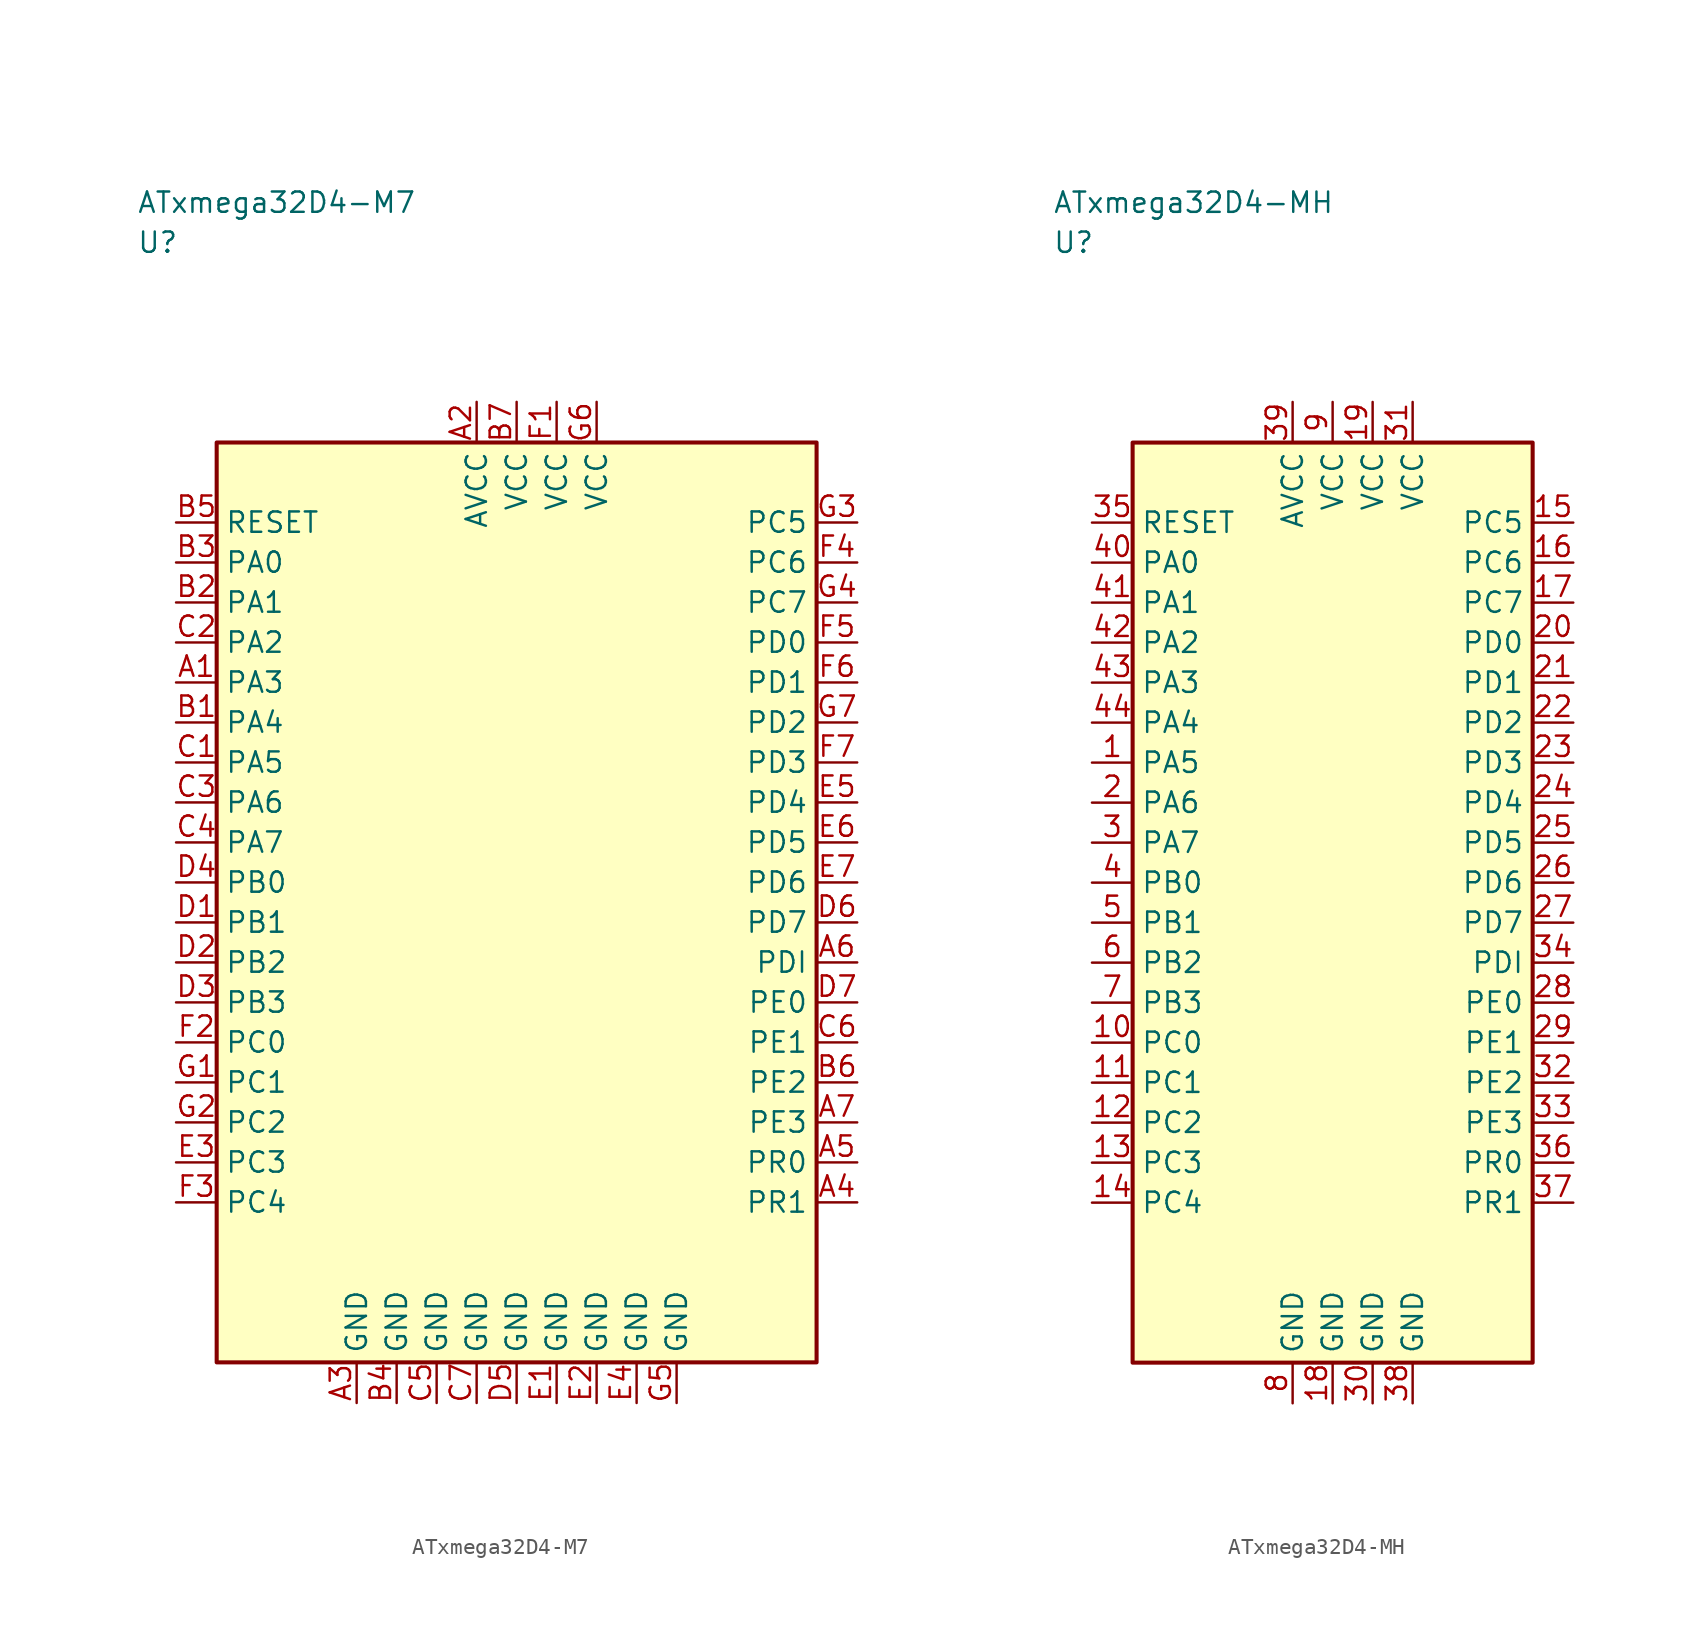
<source format=kicad_sym>
(kicad_symbol_lib
  (version 20241025)
  (generator "kicad_symbol_editor")
  (generator_version "8.0")
  (symbol "ATxmega32D4-M7"
    (property "Reference" "U"
      (at -23.75 41.25 0)
      (effects (font (size 1.27 1.27)) (justify left)))
    (property "Value" "ATxmega32D4-M7"
      (at -23.75 43.75 0)
      (effects (font (size 1.27 1.27)) (justify left)))
    (symbol "ATxmega32D4-M7_0_1"
      (rectangle (start -18.75 28.75) (end 18.75 -28.75) (stroke (width 0.254) (type default)) (fill (type background))))
    (symbol "ATxmega32D4-M7_1_1"
      (pin bidirectional line (at -21.29 13.75 0.0) (length 2.54) (name "PA3" (effects (font (size 1.27 1.27)))) (number "A1" (effects (font (size 1.27 1.27)))))
      (pin power_in line (at -2.5 31.29 270.0) (length 2.54) (name "AVCC" (effects (font (size 1.27 1.27)))) (number "A2" (effects (font (size 1.27 1.27)))))
      (pin passive line (at -10.0 -31.29 90.0) (length 2.54) (name "GND" (effects (font (size 1.27 1.27)))) (number "A3" (effects (font (size 1.27 1.27)))))
      (pin bidirectional line (at 21.29 -18.75 180.0) (length 2.54) (name "PR1" (effects (font (size 1.27 1.27)))) (number "A4" (effects (font (size 1.27 1.27)))))
      (pin bidirectional line (at 21.29 -16.25 180.0) (length 2.54) (name "PR0" (effects (font (size 1.27 1.27)))) (number "A5" (effects (font (size 1.27 1.27)))))
      (pin bidirectional line (at 21.29 -3.75 180.0) (length 2.54) (name "PDI" (effects (font (size 1.27 1.27)))) (number "A6" (effects (font (size 1.27 1.27)))))
      (pin bidirectional line (at 21.29 -13.75 180.0) (length 2.54) (name "PE3" (effects (font (size 1.27 1.27)))) (number "A7" (effects (font (size 1.27 1.27)))))
      (pin bidirectional line (at -21.29 11.25 0.0) (length 2.54) (name "PA4" (effects (font (size 1.27 1.27)))) (number "B1" (effects (font (size 1.27 1.27)))))
      (pin bidirectional line (at -21.29 18.75 0.0) (length 2.54) (name "PA1" (effects (font (size 1.27 1.27)))) (number "B2" (effects (font (size 1.27 1.27)))))
      (pin bidirectional line (at -21.29 21.25 0.0) (length 2.54) (name "PA0" (effects (font (size 1.27 1.27)))) (number "B3" (effects (font (size 1.27 1.27)))))
      (pin passive line (at -7.5 -31.29 90.0) (length 2.54) (name "GND" (effects (font (size 1.27 1.27)))) (number "B4" (effects (font (size 1.27 1.27)))))
      (pin input line (at -21.29 23.75 0.0) (length 2.54) (name "RESET" (effects (font (size 1.27 1.27)))) (number "B5" (effects (font (size 1.27 1.27)))))
      (pin bidirectional line (at 21.29 -11.25 180.0) (length 2.54) (name "PE2" (effects (font (size 1.27 1.27)))) (number "B6" (effects (font (size 1.27 1.27)))))
      (pin power_in line (at 0.0 31.29 270.0) (length 2.54) (name "VCC" (effects (font (size 1.27 1.27)))) (number "B7" (effects (font (size 1.27 1.27)))))
      (pin bidirectional line (at -21.29 8.75 0.0) (length 2.54) (name "PA5" (effects (font (size 1.27 1.27)))) (number "C1" (effects (font (size 1.27 1.27)))))
      (pin bidirectional line (at -21.29 16.25 0.0) (length 2.54) (name "PA2" (effects (font (size 1.27 1.27)))) (number "C2" (effects (font (size 1.27 1.27)))))
      (pin bidirectional line (at -21.29 6.25 0.0) (length 2.54) (name "PA6" (effects (font (size 1.27 1.27)))) (number "C3" (effects (font (size 1.27 1.27)))))
      (pin bidirectional line (at -21.29 3.75 0.0) (length 2.54) (name "PA7" (effects (font (size 1.27 1.27)))) (number "C4" (effects (font (size 1.27 1.27)))))
      (pin passive line (at -5.0 -31.29 90.0) (length 2.54) (name "GND" (effects (font (size 1.27 1.27)))) (number "C5" (effects (font (size 1.27 1.27)))))
      (pin bidirectional line (at 21.29 -8.75 180.0) (length 2.54) (name "PE1" (effects (font (size 1.27 1.27)))) (number "C6" (effects (font (size 1.27 1.27)))))
      (pin passive line (at -2.5 -31.29 90.0) (length 2.54) (name "GND" (effects (font (size 1.27 1.27)))) (number "C7" (effects (font (size 1.27 1.27)))))
      (pin bidirectional line (at -21.29 -1.25 0.0) (length 2.54) (name "PB1" (effects (font (size 1.27 1.27)))) (number "D1" (effects (font (size 1.27 1.27)))))
      (pin bidirectional line (at -21.29 -3.75 0.0) (length 2.54) (name "PB2" (effects (font (size 1.27 1.27)))) (number "D2" (effects (font (size 1.27 1.27)))))
      (pin bidirectional line (at -21.29 -6.25 0.0) (length 2.54) (name "PB3" (effects (font (size 1.27 1.27)))) (number "D3" (effects (font (size 1.27 1.27)))))
      (pin bidirectional line (at -21.29 1.25 0.0) (length 2.54) (name "PB0" (effects (font (size 1.27 1.27)))) (number "D4" (effects (font (size 1.27 1.27)))))
      (pin passive line (at 0.0 -31.29 90.0) (length 2.54) (name "GND" (effects (font (size 1.27 1.27)))) (number "D5" (effects (font (size 1.27 1.27)))))
      (pin bidirectional line (at 21.29 -1.25 180.0) (length 2.54) (name "PD7" (effects (font (size 1.27 1.27)))) (number "D6" (effects (font (size 1.27 1.27)))))
      (pin bidirectional line (at 21.29 -6.25 180.0) (length 2.54) (name "PE0" (effects (font (size 1.27 1.27)))) (number "D7" (effects (font (size 1.27 1.27)))))
      (pin passive line (at 2.5 -31.29 90.0) (length 2.54) (name "GND" (effects (font (size 1.27 1.27)))) (number "E1" (effects (font (size 1.27 1.27)))))
      (pin passive line (at 5.0 -31.29 90.0) (length 2.54) (name "GND" (effects (font (size 1.27 1.27)))) (number "E2" (effects (font (size 1.27 1.27)))))
      (pin bidirectional line (at -21.29 -16.25 0.0) (length 2.54) (name "PC3" (effects (font (size 1.27 1.27)))) (number "E3" (effects (font (size 1.27 1.27)))))
      (pin passive line (at 7.5 -31.29 90.0) (length 2.54) (name "GND" (effects (font (size 1.27 1.27)))) (number "E4" (effects (font (size 1.27 1.27)))))
      (pin bidirectional line (at 21.29 6.25 180.0) (length 2.54) (name "PD4" (effects (font (size 1.27 1.27)))) (number "E5" (effects (font (size 1.27 1.27)))))
      (pin bidirectional line (at 21.29 3.75 180.0) (length 2.54) (name "PD5" (effects (font (size 1.27 1.27)))) (number "E6" (effects (font (size 1.27 1.27)))))
      (pin bidirectional line (at 21.29 1.25 180.0) (length 2.54) (name "PD6" (effects (font (size 1.27 1.27)))) (number "E7" (effects (font (size 1.27 1.27)))))
      (pin power_in line (at 2.5 31.29 270.0) (length 2.54) (name "VCC" (effects (font (size 1.27 1.27)))) (number "F1" (effects (font (size 1.27 1.27)))))
      (pin bidirectional line (at -21.29 -8.75 0.0) (length 2.54) (name "PC0" (effects (font (size 1.27 1.27)))) (number "F2" (effects (font (size 1.27 1.27)))))
      (pin bidirectional line (at -21.29 -18.75 0.0) (length 2.54) (name "PC4" (effects (font (size 1.27 1.27)))) (number "F3" (effects (font (size 1.27 1.27)))))
      (pin bidirectional line (at 21.29 21.25 180.0) (length 2.54) (name "PC6" (effects (font (size 1.27 1.27)))) (number "F4" (effects (font (size 1.27 1.27)))))
      (pin bidirectional line (at 21.29 16.25 180.0) (length 2.54) (name "PD0" (effects (font (size 1.27 1.27)))) (number "F5" (effects (font (size 1.27 1.27)))))
      (pin bidirectional line (at 21.29 13.75 180.0) (length 2.54) (name "PD1" (effects (font (size 1.27 1.27)))) (number "F6" (effects (font (size 1.27 1.27)))))
      (pin bidirectional line (at 21.29 8.75 180.0) (length 2.54) (name "PD3" (effects (font (size 1.27 1.27)))) (number "F7" (effects (font (size 1.27 1.27)))))
      (pin bidirectional line (at -21.29 -11.25 0.0) (length 2.54) (name "PC1" (effects (font (size 1.27 1.27)))) (number "G1" (effects (font (size 1.27 1.27)))))
      (pin bidirectional line (at -21.29 -13.75 0.0) (length 2.54) (name "PC2" (effects (font (size 1.27 1.27)))) (number "G2" (effects (font (size 1.27 1.27)))))
      (pin bidirectional line (at 21.29 23.75 180.0) (length 2.54) (name "PC5" (effects (font (size 1.27 1.27)))) (number "G3" (effects (font (size 1.27 1.27)))))
      (pin bidirectional line (at 21.29 18.75 180.0) (length 2.54) (name "PC7" (effects (font (size 1.27 1.27)))) (number "G4" (effects (font (size 1.27 1.27)))))
      (pin passive line (at 10.0 -31.29 90.0) (length 2.54) (name "GND" (effects (font (size 1.27 1.27)))) (number "G5" (effects (font (size 1.27 1.27)))))
      (pin power_in line (at 5.0 31.29 270.0) (length 2.54) (name "VCC" (effects (font (size 1.27 1.27)))) (number "G6" (effects (font (size 1.27 1.27)))))
      (pin bidirectional line (at 21.29 11.25 180.0) (length 2.54) (name "PD2" (effects (font (size 1.27 1.27)))) (number "G7" (effects (font (size 1.27 1.27)))))))
  (symbol "ATxmega32D4-MH"
    (property "Reference" "U"
      (at -17.5 41.25 0)
      (effects (font (size 1.27 1.27)) (justify left)))
    (property "Value" "ATxmega32D4-MH"
      (at -17.5 43.75 0)
      (effects (font (size 1.27 1.27)) (justify left)))
    (symbol "ATxmega32D4-MH_0_1"
      (rectangle (start -12.5 28.75) (end 12.5 -28.75) (stroke (width 0.254) (type default)) (fill (type background))))
    (symbol "ATxmega32D4-MH_1_1"
      (pin bidirectional line (at -15.04 8.75 0.0) (length 2.54) (name "PA5" (effects (font (size 1.27 1.27)))) (number "1" (effects (font (size 1.27 1.27)))))
      (pin bidirectional line (at -15.04 6.25 0.0) (length 2.54) (name "PA6" (effects (font (size 1.27 1.27)))) (number "2" (effects (font (size 1.27 1.27)))))
      (pin bidirectional line (at -15.04 3.75 0.0) (length 2.54) (name "PA7" (effects (font (size 1.27 1.27)))) (number "3" (effects (font (size 1.27 1.27)))))
      (pin bidirectional line (at -15.04 1.25 0.0) (length 2.54) (name "PB0" (effects (font (size 1.27 1.27)))) (number "4" (effects (font (size 1.27 1.27)))))
      (pin bidirectional line (at -15.04 -1.25 0.0) (length 2.54) (name "PB1" (effects (font (size 1.27 1.27)))) (number "5" (effects (font (size 1.27 1.27)))))
      (pin bidirectional line (at -15.04 -3.75 0.0) (length 2.54) (name "PB2" (effects (font (size 1.27 1.27)))) (number "6" (effects (font (size 1.27 1.27)))))
      (pin bidirectional line (at -15.04 -6.25 0.0) (length 2.54) (name "PB3" (effects (font (size 1.27 1.27)))) (number "7" (effects (font (size 1.27 1.27)))))
      (pin passive line (at -2.5 -31.29 90.0) (length 2.54) (name "GND" (effects (font (size 1.27 1.27)))) (number "8" (effects (font (size 1.27 1.27)))))
      (pin power_in line (at 0.0 31.29 270.0) (length 2.54) (name "VCC" (effects (font (size 1.27 1.27)))) (number "9" (effects (font (size 1.27 1.27)))))
      (pin bidirectional line (at -15.04 -8.75 0.0) (length 2.54) (name "PC0" (effects (font (size 1.27 1.27)))) (number "10" (effects (font (size 1.27 1.27)))))
      (pin bidirectional line (at -15.04 -11.25 0.0) (length 2.54) (name "PC1" (effects (font (size 1.27 1.27)))) (number "11" (effects (font (size 1.27 1.27)))))
      (pin bidirectional line (at -15.04 -13.75 0.0) (length 2.54) (name "PC2" (effects (font (size 1.27 1.27)))) (number "12" (effects (font (size 1.27 1.27)))))
      (pin bidirectional line (at -15.04 -16.25 0.0) (length 2.54) (name "PC3" (effects (font (size 1.27 1.27)))) (number "13" (effects (font (size 1.27 1.27)))))
      (pin bidirectional line (at -15.04 -18.75 0.0) (length 2.54) (name "PC4" (effects (font (size 1.27 1.27)))) (number "14" (effects (font (size 1.27 1.27)))))
      (pin bidirectional line (at 15.04 23.75 180.0) (length 2.54) (name "PC5" (effects (font (size 1.27 1.27)))) (number "15" (effects (font (size 1.27 1.27)))))
      (pin bidirectional line (at 15.04 21.25 180.0) (length 2.54) (name "PC6" (effects (font (size 1.27 1.27)))) (number "16" (effects (font (size 1.27 1.27)))))
      (pin bidirectional line (at 15.04 18.75 180.0) (length 2.54) (name "PC7" (effects (font (size 1.27 1.27)))) (number "17" (effects (font (size 1.27 1.27)))))
      (pin passive line (at 0.0 -31.29 90.0) (length 2.54) (name "GND" (effects (font (size 1.27 1.27)))) (number "18" (effects (font (size 1.27 1.27)))))
      (pin power_in line (at 2.5 31.29 270.0) (length 2.54) (name "VCC" (effects (font (size 1.27 1.27)))) (number "19" (effects (font (size 1.27 1.27)))))
      (pin bidirectional line (at 15.04 16.25 180.0) (length 2.54) (name "PD0" (effects (font (size 1.27 1.27)))) (number "20" (effects (font (size 1.27 1.27)))))
      (pin bidirectional line (at 15.04 13.75 180.0) (length 2.54) (name "PD1" (effects (font (size 1.27 1.27)))) (number "21" (effects (font (size 1.27 1.27)))))
      (pin bidirectional line (at 15.04 11.25 180.0) (length 2.54) (name "PD2" (effects (font (size 1.27 1.27)))) (number "22" (effects (font (size 1.27 1.27)))))
      (pin bidirectional line (at 15.04 8.75 180.0) (length 2.54) (name "PD3" (effects (font (size 1.27 1.27)))) (number "23" (effects (font (size 1.27 1.27)))))
      (pin bidirectional line (at 15.04 6.25 180.0) (length 2.54) (name "PD4" (effects (font (size 1.27 1.27)))) (number "24" (effects (font (size 1.27 1.27)))))
      (pin bidirectional line (at 15.04 3.75 180.0) (length 2.54) (name "PD5" (effects (font (size 1.27 1.27)))) (number "25" (effects (font (size 1.27 1.27)))))
      (pin bidirectional line (at 15.04 1.25 180.0) (length 2.54) (name "PD6" (effects (font (size 1.27 1.27)))) (number "26" (effects (font (size 1.27 1.27)))))
      (pin bidirectional line (at 15.04 -1.25 180.0) (length 2.54) (name "PD7" (effects (font (size 1.27 1.27)))) (number "27" (effects (font (size 1.27 1.27)))))
      (pin bidirectional line (at 15.04 -6.25 180.0) (length 2.54) (name "PE0" (effects (font (size 1.27 1.27)))) (number "28" (effects (font (size 1.27 1.27)))))
      (pin bidirectional line (at 15.04 -8.75 180.0) (length 2.54) (name "PE1" (effects (font (size 1.27 1.27)))) (number "29" (effects (font (size 1.27 1.27)))))
      (pin passive line (at 2.5 -31.29 90.0) (length 2.54) (name "GND" (effects (font (size 1.27 1.27)))) (number "30" (effects (font (size 1.27 1.27)))))
      (pin power_in line (at 5.0 31.29 270.0) (length 2.54) (name "VCC" (effects (font (size 1.27 1.27)))) (number "31" (effects (font (size 1.27 1.27)))))
      (pin bidirectional line (at 15.04 -11.25 180.0) (length 2.54) (name "PE2" (effects (font (size 1.27 1.27)))) (number "32" (effects (font (size 1.27 1.27)))))
      (pin bidirectional line (at 15.04 -13.75 180.0) (length 2.54) (name "PE3" (effects (font (size 1.27 1.27)))) (number "33" (effects (font (size 1.27 1.27)))))
      (pin bidirectional line (at 15.04 -3.75 180.0) (length 2.54) (name "PDI" (effects (font (size 1.27 1.27)))) (number "34" (effects (font (size 1.27 1.27)))))
      (pin input line (at -15.04 23.75 0.0) (length 2.54) (name "RESET" (effects (font (size 1.27 1.27)))) (number "35" (effects (font (size 1.27 1.27)))))
      (pin bidirectional line (at 15.04 -16.25 180.0) (length 2.54) (name "PR0" (effects (font (size 1.27 1.27)))) (number "36" (effects (font (size 1.27 1.27)))))
      (pin bidirectional line (at 15.04 -18.75 180.0) (length 2.54) (name "PR1" (effects (font (size 1.27 1.27)))) (number "37" (effects (font (size 1.27 1.27)))))
      (pin passive line (at 5.0 -31.29 90.0) (length 2.54) (name "GND" (effects (font (size 1.27 1.27)))) (number "38" (effects (font (size 1.27 1.27)))))
      (pin power_in line (at -2.5 31.29 270.0) (length 2.54) (name "AVCC" (effects (font (size 1.27 1.27)))) (number "39" (effects (font (size 1.27 1.27)))))
      (pin bidirectional line (at -15.04 21.25 0.0) (length 2.54) (name "PA0" (effects (font (size 1.27 1.27)))) (number "40" (effects (font (size 1.27 1.27)))))
      (pin bidirectional line (at -15.04 18.75 0.0) (length 2.54) (name "PA1" (effects (font (size 1.27 1.27)))) (number "41" (effects (font (size 1.27 1.27)))))
      (pin bidirectional line (at -15.04 16.25 0.0) (length 2.54) (name "PA2" (effects (font (size 1.27 1.27)))) (number "42" (effects (font (size 1.27 1.27)))))
      (pin bidirectional line (at -15.04 13.75 0.0) (length 2.54) (name "PA3" (effects (font (size 1.27 1.27)))) (number "43" (effects (font (size 1.27 1.27)))))
      (pin bidirectional line (at -15.04 11.25 0.0) (length 2.54) (name "PA4" (effects (font (size 1.27 1.27)))) (number "44" (effects (font (size 1.27 1.27))))))))
</source>
